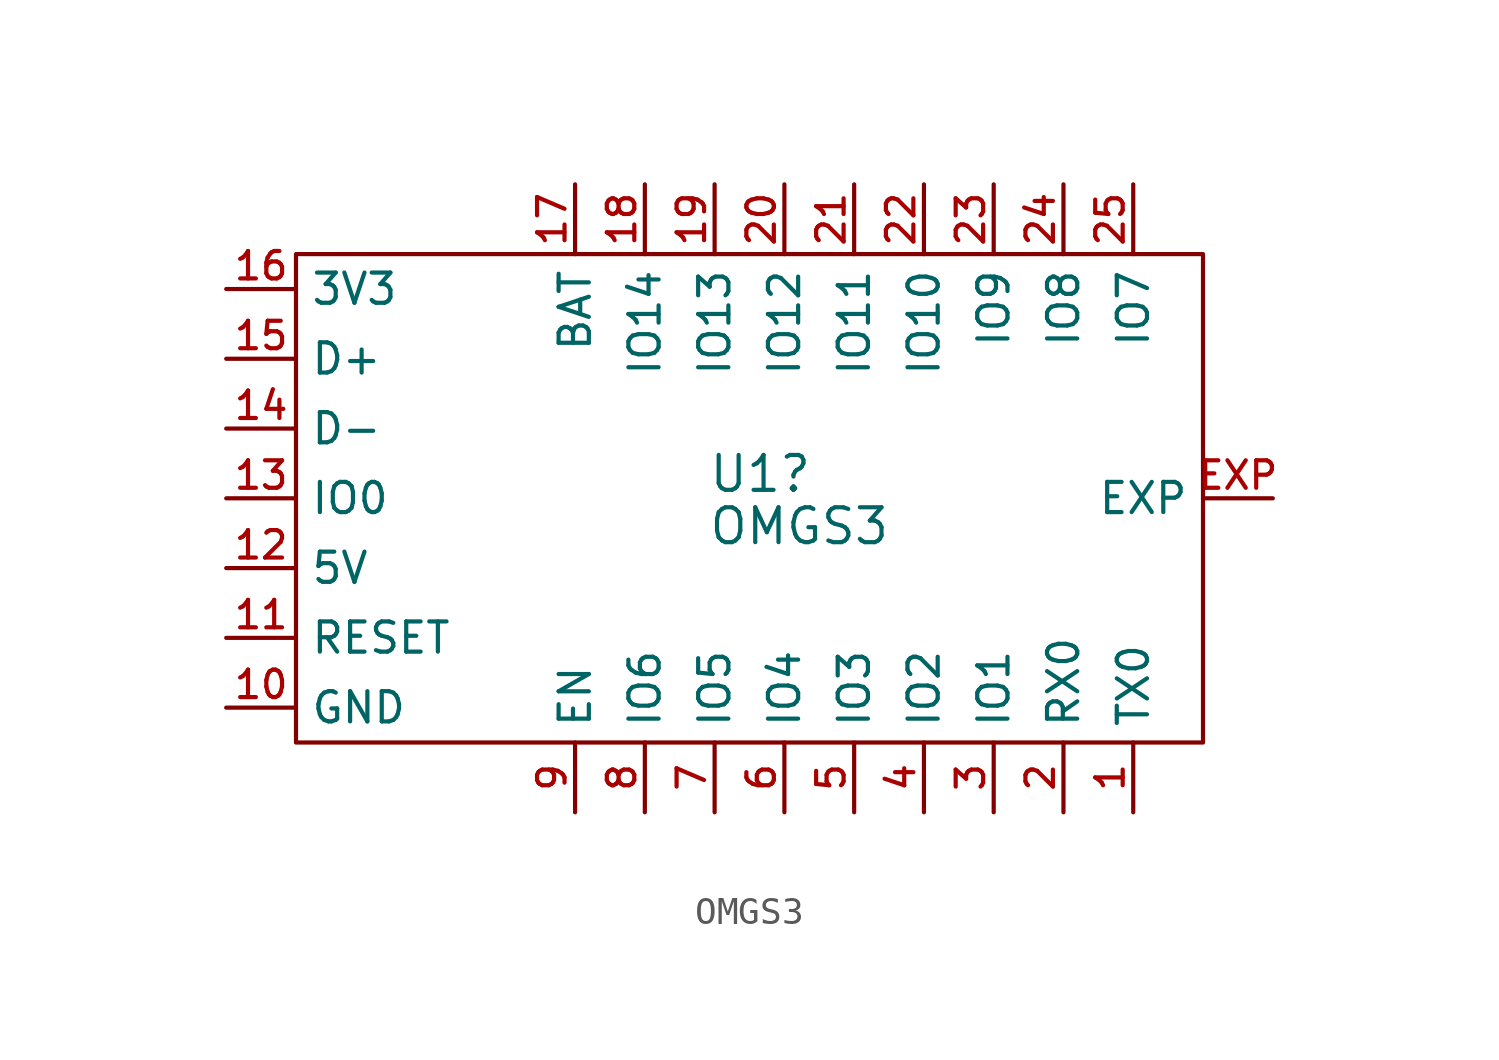
<source format=kicad_sym>
(kicad_symbol_lib
  (version 20231120)
  (generator "kicad_symbol_editor")
  (generator_version "8.0")
  (symbol "OMGS3"
    (property "Reference" "U1"
      (at -0.254 0.889 0)
      (effects (font (size 1.27 1.27)) (justify left)))
    (property "Value" "OMGS3"
      (at -0.254 -1.016 0)
      (effects (font (size 1.27 1.27)) (justify left)))
    (symbol "OMGS3_0_1"
      (rectangle (start -15.24 8.89) (end 17.78 -8.89) (stroke (width 0) (type default)) (fill (type none))))
    (symbol "OMGS3_1_1"
      (pin input line (at 15.24 -11.43 90) (length 2.54) (name "TX0" (effects (font (size 1.1 1.1)))) (number "1" (effects (font (size 1 1)))))
      (pin input line (at -17.78 -7.62 0) (length 2.54) (name "GND" (effects (font (size 1.1 1.1)))) (number "10" (effects (font (size 1 1)))))
      (pin input line (at -17.78 -5.08 0) (length 2.54) (name "RESET" (effects (font (size 1.1 1.1)))) (number "11" (effects (font (size 1 1)))))
      (pin input line (at -17.78 -2.54 0) (length 2.54) (name "5V" (effects (font (size 1.1 1.1)))) (number "12" (effects (font (size 1 1)))))
      (pin input line (at -17.78 0 0) (length 2.54) (name "IO0" (effects (font (size 1.1 1.1)))) (number "13" (effects (font (size 1 1)))))
      (pin input line (at -17.78 2.54 0) (length 2.54) (name "D-" (effects (font (size 1.1 1.1)))) (number "14" (effects (font (size 1 1)))))
      (pin input line (at -17.78 5.08 0) (length 2.54) (name "D+" (effects (font (size 1.1 1.1)))) (number "15" (effects (font (size 1 1)))))
      (pin input line (at -17.78 7.62 0) (length 2.54) (name "3V3" (effects (font (size 1.1 1.1)))) (number "16" (effects (font (size 1 1)))))
      (pin input line (at -5.08 11.43 270) (length 2.54) (name "BAT" (effects (font (size 1.1 1.1)))) (number "17" (effects (font (size 1 1)))))
      (pin input line (at -2.54 11.43 270) (length 2.54) (name "IO14" (effects (font (size 1.1 1.1)))) (number "18" (effects (font (size 1 1)))))
      (pin input line (at 0 11.43 270) (length 2.54) (name "IO13" (effects (font (size 1.1 1.1)))) (number "19" (effects (font (size 1 1)))))
      (pin input line (at 12.7 -11.43 90) (length 2.54) (name "RX0" (effects (font (size 1.1 1.1)))) (number "2" (effects (font (size 1 1)))))
      (pin input line (at 2.54 11.43 270) (length 2.54) (name "IO12" (effects (font (size 1.1 1.1)))) (number "20" (effects (font (size 1 1)))))
      (pin input line (at 5.08 11.43 270) (length 2.54) (name "IO11" (effects (font (size 1.1 1.1)))) (number "21" (effects (font (size 1 1)))))
      (pin input line (at 7.62 11.43 270) (length 2.54) (name "IO10" (effects (font (size 1.1 1.1)))) (number "22" (effects (font (size 1 1)))))
      (pin input line (at 10.16 11.43 270) (length 2.54) (name "IO9" (effects (font (size 1.1 1.1)))) (number "23" (effects (font (size 1 1)))))
      (pin input line (at 12.7 11.43 270) (length 2.54) (name "IO8" (effects (font (size 1.1 1.1)))) (number "24" (effects (font (size 1 1)))))
      (pin input line (at 15.24 11.43 270) (length 2.54) (name "IO7" (effects (font (size 1.1 1.1)))) (number "25" (effects (font (size 1 1)))))
      (pin input line (at 10.16 -11.43 90) (length 2.54) (name "IO1" (effects (font (size 1.1 1.1)))) (number "3" (effects (font (size 1 1)))))
      (pin input line (at 7.62 -11.43 90) (length 2.54) (name "IO2" (effects (font (size 1.1 1.1)))) (number "4" (effects (font (size 1 1)))))
      (pin input line (at 5.08 -11.43 90) (length 2.54) (name "IO3" (effects (font (size 1.1 1.1)))) (number "5" (effects (font (size 1 1)))))
      (pin input line (at 2.54 -11.43 90) (length 2.54) (name "IO4" (effects (font (size 1.1 1.1)))) (number "6" (effects (font (size 1 1)))))
      (pin input line (at 0 -11.43 90) (length 2.54) (name "IO5" (effects (font (size 1.1 1.1)))) (number "7" (effects (font (size 1 1)))))
      (pin input line (at -2.54 -11.43 90) (length 2.54) (name "IO6" (effects (font (size 1.1 1.1)))) (number "8" (effects (font (size 1 1)))))
      (pin input line (at -5.08 -11.43 90) (length 2.54) (name "EN" (effects (font (size 1.1 1.1)))) (number "9" (effects (font (size 1 1)))))
      (pin input line (at 20.32 0 180) (length 2.54) (name "EXP" (effects (font (size 1.1 1.1)))) (number "EXP" (effects (font (size 1 1))))))))
</source>
